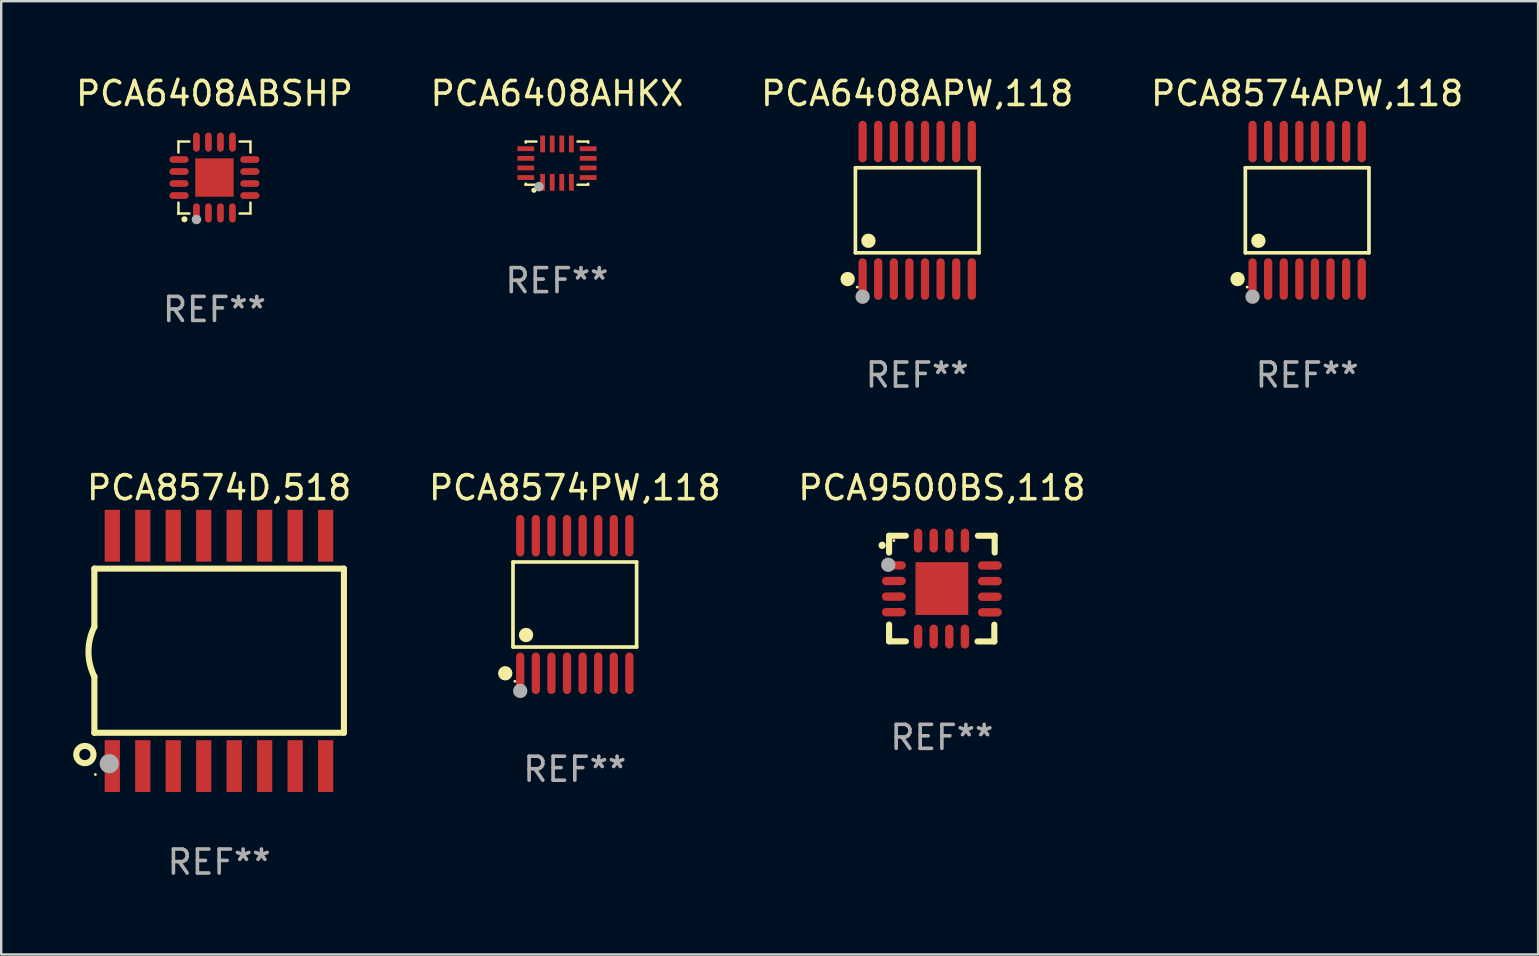
<source format=kicad_pcb>
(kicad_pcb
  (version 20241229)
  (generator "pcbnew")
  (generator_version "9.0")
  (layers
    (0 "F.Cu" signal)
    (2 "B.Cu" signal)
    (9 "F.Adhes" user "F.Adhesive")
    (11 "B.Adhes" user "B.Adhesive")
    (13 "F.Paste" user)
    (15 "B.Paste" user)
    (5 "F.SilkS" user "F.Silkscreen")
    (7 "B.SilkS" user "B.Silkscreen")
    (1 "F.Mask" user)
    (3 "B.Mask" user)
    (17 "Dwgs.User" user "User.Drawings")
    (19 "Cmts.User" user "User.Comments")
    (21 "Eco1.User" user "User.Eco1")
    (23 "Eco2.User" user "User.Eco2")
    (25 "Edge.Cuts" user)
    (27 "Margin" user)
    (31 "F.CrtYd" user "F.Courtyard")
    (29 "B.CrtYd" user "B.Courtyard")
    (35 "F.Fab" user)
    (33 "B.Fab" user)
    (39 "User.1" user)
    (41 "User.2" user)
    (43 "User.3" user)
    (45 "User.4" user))
  (footprint "PCA6408APW,118"
    (layer "F.Cu")
    (at 35.173 5.714)
    (property "Reference" "PCA6408APW,118" (at 0 -4.866 0) (layer "F.SilkS") (effects (font (size 1 1) (thickness 0.15))))
    (attr through_hole)
    (fp_line (start -2.576 -1.772) (end 2.576 -1.772) (stroke (width 0.152) (type solid)) (layer "F.SilkS"))
    (fp_line (start -2.576 1.771) (end -2.576 -1.772) (stroke (width 0.152) (type solid)) (layer "F.SilkS"))
    (fp_line (start 2.576 -1.772) (end 2.576 1.771) (stroke (width 0.152) (type solid)) (layer "F.SilkS"))
    (fp_line (start 2.576 1.771) (end -2.576 1.771) (stroke (width 0.152) (type solid)) (layer "F.SilkS"))
    (fp_circle (center -2.899 2.866) (end -2.749 2.866) (stroke (width 0.3) (type solid)) (fill no) (layer "F.SilkS"))
    (fp_circle (center -2.5 3.2) (end -2.47 3.2) (stroke (width 0.06) (type solid)) (fill no) (layer "F.SilkS"))
    (fp_circle (center -2.032 1.27) (end -1.882 1.27) (stroke (width 0.3) (type solid)) (fill no) (layer "F.SilkS"))
    (fp_circle (center -2.275 3.6) (end -2.125 3.6) (stroke (width 0.3) (type solid)) (fill no) (layer "F.Fab"))
    (fp_text user "REF**" (at 0 6.866 0) (layer "F.Fab") (effects (font (size 1 1) (thickness 0.15))))
    (pad "1" smd oval (at -2.275 2.866) (size 0.343 1.731) (layers "F.Cu" "F.Mask" "F.Paste"))
    (pad "2" smd oval (at -1.625 2.866) (size 0.343 1.731) (layers "F.Cu" "F.Mask" "F.Paste"))
    (pad "3" smd oval (at -0.975 2.866) (size 0.343 1.731) (layers "F.Cu" "F.Mask" "F.Paste"))
    (pad "4" smd oval (at -0.325 2.866) (size 0.343 1.731) (layers "F.Cu" "F.Mask" "F.Paste"))
    (pad "5" smd oval (at 0.325 2.866) (size 0.343 1.731) (layers "F.Cu" "F.Mask" "F.Paste"))
    (pad "6" smd oval (at 0.975 2.866) (size 0.343 1.731) (layers "F.Cu" "F.Mask" "F.Paste"))
    (pad "7" smd oval (at 1.625 2.866) (size 0.343 1.731) (layers "F.Cu" "F.Mask" "F.Paste"))
    (pad "8" smd oval (at 2.275 2.866) (size 0.343 1.731) (layers "F.Cu" "F.Mask" "F.Paste"))
    (pad "9" smd oval (at 2.275 -2.866) (size 0.343 1.731) (layers "F.Cu" "F.Mask" "F.Paste"))
    (pad "10" smd oval (at 1.625 -2.866) (size 0.343 1.731) (layers "F.Cu" "F.Mask" "F.Paste"))
    (pad "11" smd oval (at 0.975 -2.866) (size 0.343 1.731) (layers "F.Cu" "F.Mask" "F.Paste"))
    (pad "12" smd oval (at 0.325 -2.866) (size 0.343 1.731) (layers "F.Cu" "F.Mask" "F.Paste"))
    (pad "13" smd oval (at -0.325 -2.866) (size 0.343 1.731) (layers "F.Cu" "F.Mask" "F.Paste"))
    (pad "14" smd oval (at -0.975 -2.866) (size 0.343 1.731) (layers "F.Cu" "F.Mask" "F.Paste"))
    (pad "15" smd oval (at -1.625 -2.866) (size 0.343 1.731) (layers "F.Cu" "F.Mask" "F.Paste"))
    (pad "16" smd oval (at -2.275 -2.866) (size 0.343 1.731) (layers "F.Cu" "F.Mask" "F.Paste")))
  (footprint "PCA8574APW,118"
    (layer "F.Cu")
    (at 51.423 5.714)
    (property "Reference" "PCA8574APW,118" (at 0 -4.866 0) (layer "F.SilkS") (effects (font (size 1 1) (thickness 0.15))))
    (attr through_hole)
    (fp_line (start -2.576 -1.772) (end 2.576 -1.772) (stroke (width 0.152) (type solid)) (layer "F.SilkS"))
    (fp_line (start -2.576 1.771) (end -2.576 -1.772) (stroke (width 0.152) (type solid)) (layer "F.SilkS"))
    (fp_line (start 2.576 -1.772) (end 2.576 1.771) (stroke (width 0.152) (type solid)) (layer "F.SilkS"))
    (fp_line (start 2.576 1.771) (end -2.576 1.771) (stroke (width 0.152) (type solid)) (layer "F.SilkS"))
    (fp_circle (center -2.899 2.866) (end -2.749 2.866) (stroke (width 0.3) (type solid)) (fill no) (layer "F.SilkS"))
    (fp_circle (center -2.5 3.2) (end -2.47 3.2) (stroke (width 0.06) (type solid)) (fill no) (layer "F.SilkS"))
    (fp_circle (center -2.032 1.27) (end -1.882 1.27) (stroke (width 0.3) (type solid)) (fill no) (layer "F.SilkS"))
    (fp_circle (center -2.275 3.6) (end -2.125 3.6) (stroke (width 0.3) (type solid)) (fill no) (layer "F.Fab"))
    (fp_text user "REF**" (at 0 6.866 0) (layer "F.Fab") (effects (font (size 1 1) (thickness 0.15))))
    (pad "1" smd oval (at -2.275 2.866) (size 0.343 1.731) (layers "F.Cu" "F.Mask" "F.Paste"))
    (pad "2" smd oval (at -1.625 2.866) (size 0.343 1.731) (layers "F.Cu" "F.Mask" "F.Paste"))
    (pad "3" smd oval (at -0.975 2.866) (size 0.343 1.731) (layers "F.Cu" "F.Mask" "F.Paste"))
    (pad "4" smd oval (at -0.325 2.866) (size 0.343 1.731) (layers "F.Cu" "F.Mask" "F.Paste"))
    (pad "5" smd oval (at 0.325 2.866) (size 0.343 1.731) (layers "F.Cu" "F.Mask" "F.Paste"))
    (pad "6" smd oval (at 0.975 2.866) (size 0.343 1.731) (layers "F.Cu" "F.Mask" "F.Paste"))
    (pad "7" smd oval (at 1.625 2.866) (size 0.343 1.731) (layers "F.Cu" "F.Mask" "F.Paste"))
    (pad "8" smd oval (at 2.275 2.866) (size 0.343 1.731) (layers "F.Cu" "F.Mask" "F.Paste"))
    (pad "9" smd oval (at 2.275 -2.866) (size 0.343 1.731) (layers "F.Cu" "F.Mask" "F.Paste"))
    (pad "10" smd oval (at 1.625 -2.866) (size 0.343 1.731) (layers "F.Cu" "F.Mask" "F.Paste"))
    (pad "11" smd oval (at 0.975 -2.866) (size 0.343 1.731) (layers "F.Cu" "F.Mask" "F.Paste"))
    (pad "12" smd oval (at 0.325 -2.866) (size 0.343 1.731) (layers "F.Cu" "F.Mask" "F.Paste"))
    (pad "13" smd oval (at -0.325 -2.866) (size 0.343 1.731) (layers "F.Cu" "F.Mask" "F.Paste"))
    (pad "14" smd oval (at -0.975 -2.866) (size 0.343 1.731) (layers "F.Cu" "F.Mask" "F.Paste"))
    (pad "15" smd oval (at -1.625 -2.866) (size 0.343 1.731) (layers "F.Cu" "F.Mask" "F.Paste"))
    (pad "16" smd oval (at -2.275 -2.866) (size 0.343 1.731) (layers "F.Cu" "F.Mask" "F.Paste")))
  (footprint "PCA8574PW,118"
    (layer "F.Cu")
    (at 20.904 22.142)
    (property "Reference" "PCA8574PW,118" (at 0 -4.866 0) (layer "F.SilkS") (effects (font (size 1 1) (thickness 0.15))))
    (attr through_hole)
    (fp_line (start -2.576 -1.772) (end 2.576 -1.772) (stroke (width 0.152) (type solid)) (layer "F.SilkS"))
    (fp_line (start -2.576 1.771) (end -2.576 -1.772) (stroke (width 0.152) (type solid)) (layer "F.SilkS"))
    (fp_line (start 2.576 -1.772) (end 2.576 1.771) (stroke (width 0.152) (type solid)) (layer "F.SilkS"))
    (fp_line (start 2.576 1.771) (end -2.576 1.771) (stroke (width 0.152) (type solid)) (layer "F.SilkS"))
    (fp_circle (center -2.899 2.866) (end -2.749 2.866) (stroke (width 0.3) (type solid)) (fill no) (layer "F.SilkS"))
    (fp_circle (center -2.5 3.2) (end -2.47 3.2) (stroke (width 0.06) (type solid)) (fill no) (layer "F.SilkS"))
    (fp_circle (center -2.032 1.27) (end -1.882 1.27) (stroke (width 0.3) (type solid)) (fill no) (layer "F.SilkS"))
    (fp_circle (center -2.275 3.6) (end -2.125 3.6) (stroke (width 0.3) (type solid)) (fill no) (layer "F.Fab"))
    (fp_text user "REF**" (at 0 6.866 0) (layer "F.Fab") (effects (font (size 1 1) (thickness 0.15))))
    (pad "1" smd oval (at -2.275 2.866) (size 0.343 1.731) (layers "F.Cu" "F.Mask" "F.Paste"))
    (pad "2" smd oval (at -1.625 2.866) (size 0.343 1.731) (layers "F.Cu" "F.Mask" "F.Paste"))
    (pad "3" smd oval (at -0.975 2.866) (size 0.343 1.731) (layers "F.Cu" "F.Mask" "F.Paste"))
    (pad "4" smd oval (at -0.325 2.866) (size 0.343 1.731) (layers "F.Cu" "F.Mask" "F.Paste"))
    (pad "5" smd oval (at 0.325 2.866) (size 0.343 1.731) (layers "F.Cu" "F.Mask" "F.Paste"))
    (pad "6" smd oval (at 0.975 2.866) (size 0.343 1.731) (layers "F.Cu" "F.Mask" "F.Paste"))
    (pad "7" smd oval (at 1.625 2.866) (size 0.343 1.731) (layers "F.Cu" "F.Mask" "F.Paste"))
    (pad "8" smd oval (at 2.275 2.866) (size 0.343 1.731) (layers "F.Cu" "F.Mask" "F.Paste"))
    (pad "9" smd oval (at 2.275 -2.866) (size 0.343 1.731) (layers "F.Cu" "F.Mask" "F.Paste"))
    (pad "10" smd oval (at 1.625 -2.866) (size 0.343 1.731) (layers "F.Cu" "F.Mask" "F.Paste"))
    (pad "11" smd oval (at 0.975 -2.866) (size 0.343 1.731) (layers "F.Cu" "F.Mask" "F.Paste"))
    (pad "12" smd oval (at 0.325 -2.866) (size 0.343 1.731) (layers "F.Cu" "F.Mask" "F.Paste"))
    (pad "13" smd oval (at -0.325 -2.866) (size 0.343 1.731) (layers "F.Cu" "F.Mask" "F.Paste"))
    (pad "14" smd oval (at -0.975 -2.866) (size 0.343 1.731) (layers "F.Cu" "F.Mask" "F.Paste"))
    (pad "15" smd oval (at -1.625 -2.866) (size 0.343 1.731) (layers "F.Cu" "F.Mask" "F.Paste"))
    (pad "16" smd oval (at -2.275 -2.866) (size 0.343 1.731) (layers "F.Cu" "F.Mask" "F.Paste")))
  (footprint "PCA6408ABSHP"
    (layer "F.Cu")
    (at 5.887 4.348)
    (property "Reference" "PCA6408ABSHP" (at 0 -3.5 0) (layer "F.SilkS") (effects (font (size 1 1) (thickness 0.15))))
    (attr through_hole)
    (fp_line (start -1.5 -1.5) (end -1.5 -1.044) (stroke (width 0.102) (type solid)) (layer "F.SilkS"))
    (fp_line (start -1.5 -1.5) (end -1.044 -1.5) (stroke (width 0.102) (type solid)) (layer "F.SilkS"))
    (fp_line (start -1.5 1.044) (end -1.5 1.5) (stroke (width 0.102) (type solid)) (layer "F.SilkS"))
    (fp_line (start -1.5 1.5) (end -1.044 1.5) (stroke (width 0.102) (type solid)) (layer "F.SilkS"))
    (fp_line (start 1.044 -1.5) (end 1.5 -1.5) (stroke (width 0.102) (type solid)) (layer "F.SilkS"))
    (fp_line (start 1.044 1.5) (end 1.5 1.5) (stroke (width 0.102) (type solid)) (layer "F.SilkS"))
    (fp_line (start 1.5 -1.044) (end 1.5 -1.5) (stroke (width 0.102) (type solid)) (layer "F.SilkS"))
    (fp_line (start 1.5 1.5) (end 1.5 1.044) (stroke (width 0.102) (type solid)) (layer "F.SilkS"))
    (fp_arc (start -1.251257 1.740056) (mid -1.249987 1.739985) (end -1.248717 1.740056) (stroke (width 0.25) (type solid)) (layer "F.SilkS"))
    (fp_circle (center -1.5 1.5) (end -1.47 1.5) (stroke (width 0.06) (type solid)) (fill no) (layer "F.SilkS"))
    (fp_circle (center -0.75 1.75) (end -0.65 1.75) (stroke (width 0.2) (type solid)) (fill no) (layer "F.Fab"))
    (fp_text user "REF**" (at 0 5.5 0) (layer "F.Fab") (effects (font (size 1 1) (thickness 0.15))))
    (pad "1" smd oval (at -0.75 1.475 180) (size 0.28 0.8) (layers "F.Cu" "F.Mask" "F.Paste"))
    (pad "2" smd oval (at -0.25 1.475 180) (size 0.28 0.8) (layers "F.Cu" "F.Mask" "F.Paste"))
    (pad "3" smd oval (at 0.25 1.475 180) (size 0.28 0.8) (layers "F.Cu" "F.Mask" "F.Paste"))
    (pad "4" smd oval (at 0.75 1.475 180) (size 0.28 0.8) (layers "F.Cu" "F.Mask" "F.Paste"))
    (pad "5" smd oval (at 1.475 0.75 90) (size 0.28 0.8) (layers "F.Cu" "F.Mask" "F.Paste"))
    (pad "6" smd oval (at 1.475 0.25 90) (size 0.28 0.8) (layers "F.Cu" "F.Mask" "F.Paste"))
    (pad "7" smd oval (at 1.475 -0.25 90) (size 0.28 0.8) (layers "F.Cu" "F.Mask" "F.Paste"))
    (pad "8" smd oval (at 1.475 -0.75 90) (size 0.28 0.8) (layers "F.Cu" "F.Mask" "F.Paste"))
    (pad "9" smd oval (at 0.75 -1.475 180) (size 0.28 0.8) (layers "F.Cu" "F.Mask" "F.Paste"))
    (pad "10" smd oval (at 0.25 -1.475 180) (size 0.28 0.8) (layers "F.Cu" "F.Mask" "F.Paste"))
    (pad "11" smd oval (at -0.25 -1.475 180) (size 0.28 0.8) (layers "F.Cu" "F.Mask" "F.Paste"))
    (pad "12" smd oval (at -0.75 -1.475 180) (size 0.28 0.8) (layers "F.Cu" "F.Mask" "F.Paste"))
    (pad "13" smd oval (at -1.475 -0.75 90) (size 0.28 0.8) (layers "F.Cu" "F.Mask" "F.Paste"))
    (pad "14" smd oval (at -1.475 -0.25 90) (size 0.28 0.8) (layers "F.Cu" "F.Mask" "F.Paste"))
    (pad "15" smd oval (at -1.475 0.25 90) (size 0.28 0.8) (layers "F.Cu" "F.Mask" "F.Paste"))
    (pad "16" smd oval (at -1.475 0.75 90) (size 0.28 0.8) (layers "F.Cu" "F.Mask" "F.Paste"))
    (pad "17" smd rect (at 0.000127 0.000178) (size 1.6 1.6) (layers "F.Cu" "F.Mask" "F.Paste")))
  (footprint "PCA9500BS,118"
    (layer "F.Cu")
    (at 36.201 21.479)
    (property "Reference" "PCA9500BS,118" (at 0 -4.202 0) (layer "F.SilkS") (effects (font (size 1 1) (thickness 0.15))))
    (attr through_hole)
    (fp_line (start -2.2 -2.202) (end -1.5 -2.202) (stroke (width 0.254) (type solid)) (layer "F.SilkS"))
    (fp_line (start -2.2 -1.503) (end -2.2 -2.202) (stroke (width 0.254) (type solid)) (layer "F.SilkS"))
    (fp_line (start -2.2 1.498) (end -2.2 2.197) (stroke (width 0.254) (type solid)) (layer "F.SilkS"))
    (fp_line (start -2.2 2.197) (end -1.5 2.197) (stroke (width 0.254) (type solid)) (layer "F.SilkS"))
    (fp_line (start 1.485 2.202) (end 2.185 2.202) (stroke (width 0.254) (type solid)) (layer "F.SilkS"))
    (fp_line (start 2.185 2.202) (end 2.185 1.503) (stroke (width 0.254) (type solid)) (layer "F.SilkS"))
    (fp_line (start 2.2 -2.202) (end 1.5 -2.202) (stroke (width 0.254) (type solid)) (layer "F.SilkS"))
    (fp_line (start 2.2 -1.503) (end 2.2 -2.202) (stroke (width 0.254) (type solid)) (layer "F.SilkS"))
    (fp_arc (start -2.489205 -1.803404) (mid -2.48921 -1.804674) (end -2.489205 -1.805944) (stroke (width 0.3) (type solid)) (layer "F.SilkS"))
    (fp_circle (center -2 -2.002) (end -1.97 -2.002) (stroke (width 0.06) (type solid)) (fill no) (layer "F.SilkS"))
    (fp_circle (center -2.235 -0.993) (end -2.085 -0.993) (stroke (width 0.3) (type solid)) (fill no) (layer "F.Fab"))
    (fp_text user "REF**" (at 0 6.202 0) (layer "F.Fab") (effects (font (size 1 1) (thickness 0.15))))
    (pad "1" smd oval (at -2 -0.968 270) (size 0.35 1) (layers "F.Cu" "F.Mask" "F.Paste"))
    (pad "2" smd oval (at -2 -0.317 270) (size 0.35 1) (layers "F.Cu" "F.Mask" "F.Paste"))
    (pad "3" smd oval (at -2 0.333 270) (size 0.35 1) (layers "F.Cu" "F.Mask" "F.Paste"))
    (pad "4" smd oval (at -2 0.983 270) (size 0.35 1) (layers "F.Cu" "F.Mask" "F.Paste"))
    (pad "5" smd oval (at -0.991 1.998) (size 0.35 1) (layers "F.Cu" "F.Mask" "F.Paste"))
    (pad "6" smd oval (at -0.34 1.998) (size 0.35 1) (layers "F.Cu" "F.Mask" "F.Paste"))
    (pad "7" smd oval (at 0.31 1.998) (size 0.35 1) (layers "F.Cu" "F.Mask" "F.Paste"))
    (pad "8" smd oval (at 0.96 1.998) (size 0.35 1) (layers "F.Cu" "F.Mask" "F.Paste"))
    (pad "9" smd oval (at 2 0.988 270) (size 0.35 1) (layers "F.Cu" "F.Mask" "F.Paste"))
    (pad "10" smd oval (at 2 0.338 270) (size 0.35 1) (layers "F.Cu" "F.Mask" "F.Paste"))
    (pad "11" smd oval (at 2 -0.312 270) (size 0.35 1) (layers "F.Cu" "F.Mask" "F.Paste"))
    (pad "12" smd oval (at 2 -0.963 270) (size 0.35 1) (layers "F.Cu" "F.Mask" "F.Paste"))
    (pad "13" smd oval (at 0.96 -2.002) (size 0.35 1) (layers "F.Cu" "F.Mask" "F.Paste"))
    (pad "14" smd oval (at 0.31 -2.002) (size 0.35 1) (layers "F.Cu" "F.Mask" "F.Paste"))
    (pad "15" smd oval (at -0.34 -2.002) (size 0.35 1) (layers "F.Cu" "F.Mask" "F.Paste"))
    (pad "16" smd oval (at -0.991 -2.002) (size 0.35 1) (layers "F.Cu" "F.Mask" "F.Paste"))
    (pad "17" smd rect (at -0.000102 -0.002) (size 2.2 2.2) (layers "F.Cu" "F.Mask" "F.Paste")))
  (footprint "PCA6408AHKX"
    (layer "F.Cu")
    (at 20.161 3.748)
    (property "Reference" "PCA6408AHKX" (at 0 -2.9 0) (layer "F.SilkS") (effects (font (size 1 1) (thickness 0.15))))
    (attr through_hole)
    (fp_line (start -1.3 -0.9) (end -0.855 -0.9) (stroke (width 0.102) (type solid)) (layer "F.SilkS"))
    (fp_line (start -1.3 -0.855) (end -1.3 -0.9) (stroke (width 0.102) (type solid)) (layer "F.SilkS"))
    (fp_line (start -1.3 0.9) (end -1.3 0.854) (stroke (width 0.102) (type solid)) (layer "F.SilkS"))
    (fp_line (start -1.3 0.9) (end -0.855 0.9) (stroke (width 0.102) (type solid)) (layer "F.SilkS"))
    (fp_line (start 0.855 -0.9) (end 1.3 -0.9) (stroke (width 0.102) (type solid)) (layer "F.SilkS"))
    (fp_line (start 0.856 0.9) (end 1.3 0.9) (stroke (width 0.102) (type solid)) (layer "F.SilkS"))
    (fp_line (start 1.3 -0.9) (end 1.3 -0.855) (stroke (width 0.102) (type solid)) (layer "F.SilkS"))
    (fp_line (start 1.3 0.855) (end 1.3 0.9) (stroke (width 0.102) (type solid)) (layer "F.SilkS"))
    (fp_circle (center -1.3 0.9) (end -1.27 0.9) (stroke (width 0.06) (type solid)) (fill no) (layer "F.SilkS"))
    (fp_circle (center -0.96 1.13) (end -0.903 1.13) (stroke (width 0.102) (type solid)) (fill no) (layer "F.SilkS"))
    (fp_circle (center -0.75 0.98) (end -0.65 0.98) (stroke (width 0.2) (type solid)) (fill no) (layer "F.Fab"))
    (fp_text user "REF**" (at 0 4.9 0) (layer "F.Fab") (effects (font (size 1 1) (thickness 0.15))))
    (pad "1" smd rect (at -0.601 0.8 90) (size 0.701 0.2) (layers "F.Cu" "F.Mask" "F.Paste"))
    (pad "2" smd rect (at -0.2 0.8 90) (size 0.701 0.2) (layers "F.Cu" "F.Mask" "F.Paste"))
    (pad "3" smd rect (at 0.199 0.8 90) (size 0.701 0.2) (layers "F.Cu" "F.Mask" "F.Paste"))
    (pad "4" smd rect (at 0.601 0.8 90) (size 0.701 0.2) (layers "F.Cu" "F.Mask" "F.Paste"))
    (pad "5" smd rect (at 1.3 0.6 180) (size 0.701 0.2) (layers "F.Cu" "F.Mask" "F.Paste"))
    (pad "6" smd rect (at 1.3 0.2 180) (size 0.701 0.2) (layers "F.Cu" "F.Mask" "F.Paste"))
    (pad "7" smd rect (at 1.3 -0.2) (size 0.701 0.2) (layers "F.Cu" "F.Mask" "F.Paste"))
    (pad "8" smd rect (at 1.3 -0.6) (size 0.701 0.2) (layers "F.Cu" "F.Mask" "F.Paste"))
    (pad "9" smd rect (at 0.6 -0.8 90) (size 0.701 0.2) (layers "F.Cu" "F.Mask" "F.Paste"))
    (pad "10" smd rect (at 0.2 -0.8 90) (size 0.701 0.2) (layers "F.Cu" "F.Mask" "F.Paste"))
    (pad "11" smd rect (at -0.2 -0.8 90) (size 0.701 0.2) (layers "F.Cu" "F.Mask" "F.Paste"))
    (pad "12" smd rect (at -0.6 -0.8 90) (size 0.701 0.2) (layers "F.Cu" "F.Mask" "F.Paste"))
    (pad "13" smd rect (at -1.3 -0.6 180) (size 0.701 0.2) (layers "F.Cu" "F.Mask" "F.Paste"))
    (pad "14" smd rect (at -1.3 -0.2 180) (size 0.701 0.2) (layers "F.Cu" "F.Mask" "F.Paste"))
    (pad "15" smd rect (at -1.3 0.2) (size 0.701 0.2) (layers "F.Cu" "F.Mask" "F.Paste"))
    (pad "16" smd rect (at -1.3 0.6) (size 0.701 0.2) (layers "F.Cu" "F.Mask" "F.Paste")))
  (footprint "PCA8574D,518"
    (layer "F.Cu")
    (at 6.082 24.076)
    (property "Reference" "PCA8574D,518" (at 0 -6.8 0) (layer "F.SilkS") (effects (font (size 1 1) (thickness 0.15))))
    (attr through_hole)
    (fp_line (start -5.2 -3.429) (end -5.2 -1.005) (stroke (width 0.254) (type solid)) (layer "F.SilkS"))
    (fp_line (start -5.2 -3.429) (end 5.2 -3.429) (stroke (width 0.254) (type solid)) (layer "F.SilkS"))
    (fp_line (start -5.2 3.411) (end 5.2 3.411) (stroke (width 0.254) (type solid)) (layer "F.SilkS"))
    (fp_line (start -5.199 1.071) (end -5.199 3.411) (stroke (width 0.254) (type solid)) (layer "F.SilkS"))
    (fp_line (start 5.2 -3.429) (end 5.2 3.411) (stroke (width 0.254) (type solid)) (layer "F.SilkS"))
    (fp_arc (start -5.199391 1.07079) (mid -5.444637 0.032863) (end -5.2 -1.005207) (stroke (width 0.254001) (type solid)) (layer "F.SilkS"))
    (fp_circle (center -5.595 4.318) (end -5.235 4.318) (stroke (width 0.254) (type solid)) (fill no) (layer "F.SilkS"))
    (fp_circle (center -5.157 5.15) (end -5.127 5.15) (stroke (width 0.06) (type solid)) (fill no) (layer "F.SilkS"))
    (fp_circle (center -4.579 4.699) (end -4.379 4.699) (stroke (width 0.4) (type solid)) (fill no) (layer "F.Fab"))
    (fp_text user "REF**" (at 0 8.8 0) (layer "F.Fab") (effects (font (size 1 1) (thickness 0.15))))
    (pad "1" smd rect (at -4.452 4.8) (size 0.635 2.16) (layers "F.Cu" "F.Mask" "F.Paste"))
    (pad "2" smd rect (at -3.182 4.8) (size 0.635 2.16) (layers "F.Cu" "F.Mask" "F.Paste"))
    (pad "3" smd rect (at -1.912 4.8) (size 0.635 2.16) (layers "F.Cu" "F.Mask" "F.Paste"))
    (pad "4" smd rect (at -0.642 4.8) (size 0.635 2.16) (layers "F.Cu" "F.Mask" "F.Paste"))
    (pad "5" smd rect (at 0.628 4.8) (size 0.635 2.16) (layers "F.Cu" "F.Mask" "F.Paste"))
    (pad "6" smd rect (at 1.898 4.8) (size 0.635 2.16) (layers "F.Cu" "F.Mask" "F.Paste"))
    (pad "7" smd rect (at 3.168 4.8) (size 0.635 2.16) (layers "F.Cu" "F.Mask" "F.Paste"))
    (pad "8" smd rect (at 4.438 4.8) (size 0.635 2.16) (layers "F.Cu" "F.Mask" "F.Paste"))
    (pad "9" smd rect (at 4.438 -4.8) (size 0.635 2.16) (layers "F.Cu" "F.Mask" "F.Paste"))
    (pad "10" smd rect (at 3.168 -4.8) (size 0.635 2.16) (layers "F.Cu" "F.Mask" "F.Paste"))
    (pad "11" smd rect (at 1.898 -4.8) (size 0.635 2.16) (layers "F.Cu" "F.Mask" "F.Paste"))
    (pad "12" smd rect (at 0.628 -4.8) (size 0.635 2.16) (layers "F.Cu" "F.Mask" "F.Paste"))
    (pad "13" smd rect (at -0.642 -4.8) (size 0.635 2.16) (layers "F.Cu" "F.Mask" "F.Paste"))
    (pad "14" smd rect (at -1.912 -4.8) (size 0.635 2.16) (layers "F.Cu" "F.Mask" "F.Paste"))
    (pad "15" smd rect (at -3.182 -4.8) (size 0.635 2.16) (layers "F.Cu" "F.Mask" "F.Paste"))
    (pad "16" smd rect (at -4.452 -4.8) (size 0.635 2.16) (layers "F.Cu" "F.Mask" "F.Paste")))
  (gr_rect
    (start -3 -3)
    (end 61.048 36.725)
    (stroke (width 0.1) (type default))
    (fill no)
    (layer "Edge.Cuts")))
</source>
